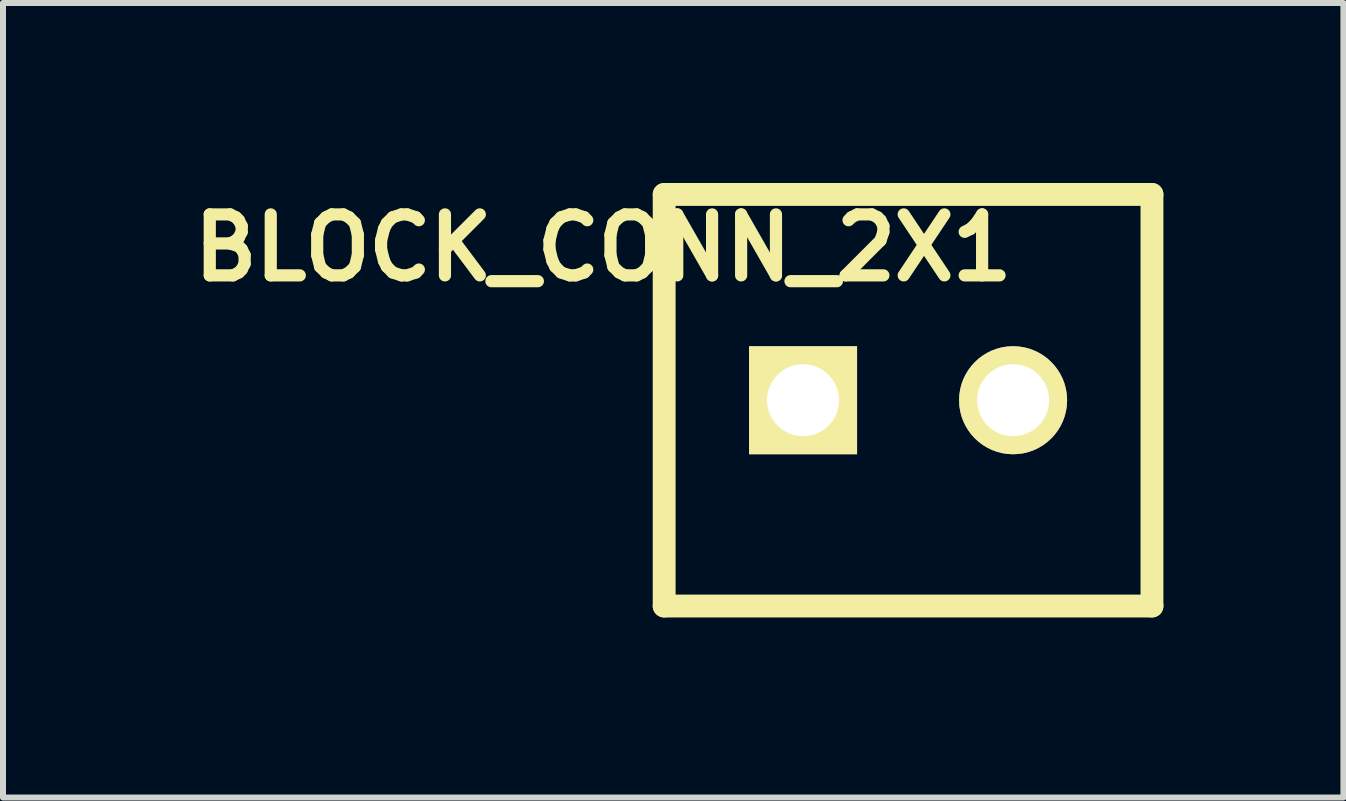
<source format=kicad_pcb>
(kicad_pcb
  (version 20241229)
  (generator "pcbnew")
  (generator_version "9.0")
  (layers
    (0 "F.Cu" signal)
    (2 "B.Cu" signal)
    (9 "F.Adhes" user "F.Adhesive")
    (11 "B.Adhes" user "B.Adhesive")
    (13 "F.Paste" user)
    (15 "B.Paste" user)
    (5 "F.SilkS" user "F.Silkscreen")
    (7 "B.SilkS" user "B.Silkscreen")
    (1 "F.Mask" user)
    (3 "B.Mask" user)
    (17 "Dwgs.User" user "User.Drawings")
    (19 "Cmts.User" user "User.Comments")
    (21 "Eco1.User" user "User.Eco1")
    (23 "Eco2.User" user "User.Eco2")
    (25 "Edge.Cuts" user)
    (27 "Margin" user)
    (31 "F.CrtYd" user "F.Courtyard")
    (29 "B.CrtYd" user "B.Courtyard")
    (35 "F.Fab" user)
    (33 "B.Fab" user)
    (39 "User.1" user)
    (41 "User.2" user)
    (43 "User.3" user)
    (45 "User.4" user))
  (footprint "BLOCK_CONN_2X1"
    (layer "F.Cu")
    (at 12.081 3.619)
    (property "Reference" "BLOCK_CONN_2X1" (at -5.08 -2.54 0) (layer "F.SilkS") (effects (font (size 1.016 1.016) (thickness 0.203))))
    (attr through_hole)
    (fp_line (start -4.064 -3.429) (end -4.064 3.429) (stroke (width 0.381) (type solid)) (layer "F.SilkS"))
    (fp_line (start -4.064 3.429) (end 4.064 3.429) (stroke (width 0.381) (type solid)) (layer "F.SilkS"))
    (fp_line (start 4.064 -3.429) (end -4.064 -3.429) (stroke (width 0.381) (type solid)) (layer "F.SilkS"))
    (fp_line (start 4.064 3.429) (end 4.064 -3.429) (stroke (width 0.381) (type solid)) (layer "F.SilkS"))
    (pad "1" thru_hole rect (at -1.75 0) (size 1.8 1.8) (drill 1.2) (layers "*.Cu" "*.Mask" "F.SilkS"))
    (pad "2" thru_hole circle (at 1.75 0) (size 1.8 1.8) (drill 1.2) (layers "*.Cu" "*.Mask" "F.SilkS")))
  (gr_rect
    (start -3 -3)
    (end 19.335 10.239)
    (stroke (width 0.1) (type default))
    (fill no)
    (layer "Edge.Cuts")))
</source>
